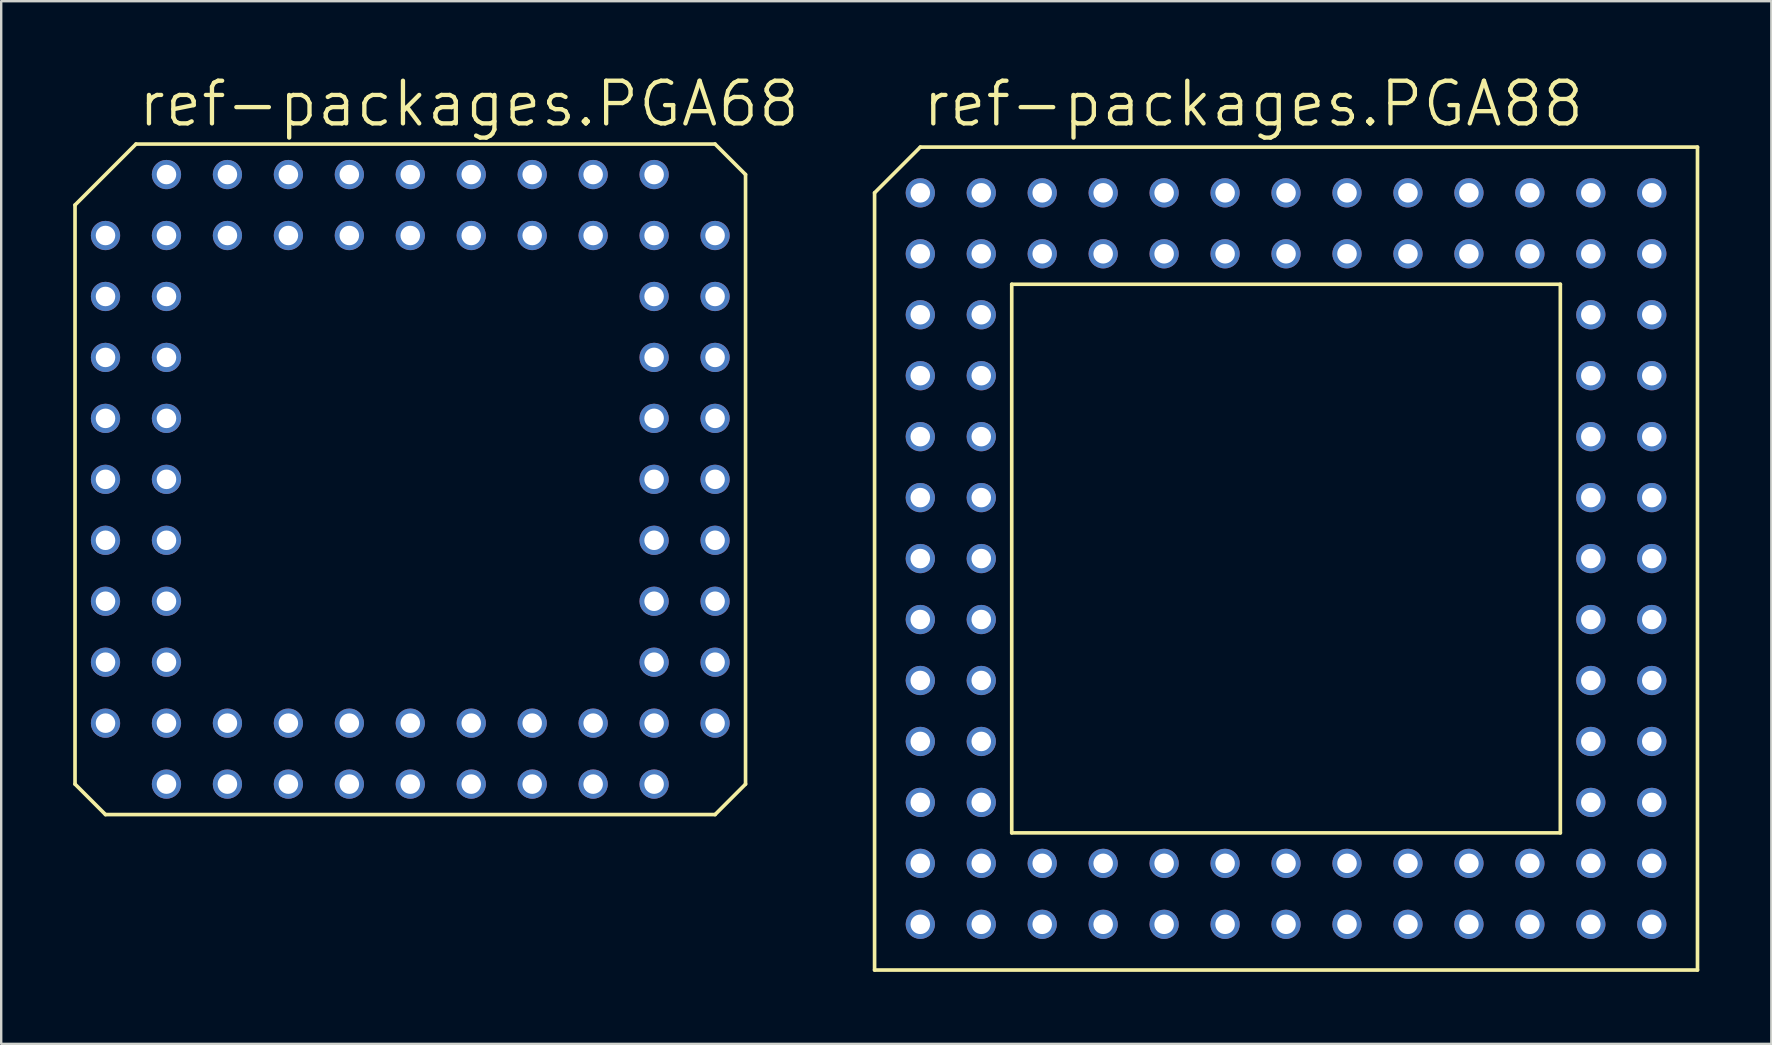
<source format=kicad_pcb>
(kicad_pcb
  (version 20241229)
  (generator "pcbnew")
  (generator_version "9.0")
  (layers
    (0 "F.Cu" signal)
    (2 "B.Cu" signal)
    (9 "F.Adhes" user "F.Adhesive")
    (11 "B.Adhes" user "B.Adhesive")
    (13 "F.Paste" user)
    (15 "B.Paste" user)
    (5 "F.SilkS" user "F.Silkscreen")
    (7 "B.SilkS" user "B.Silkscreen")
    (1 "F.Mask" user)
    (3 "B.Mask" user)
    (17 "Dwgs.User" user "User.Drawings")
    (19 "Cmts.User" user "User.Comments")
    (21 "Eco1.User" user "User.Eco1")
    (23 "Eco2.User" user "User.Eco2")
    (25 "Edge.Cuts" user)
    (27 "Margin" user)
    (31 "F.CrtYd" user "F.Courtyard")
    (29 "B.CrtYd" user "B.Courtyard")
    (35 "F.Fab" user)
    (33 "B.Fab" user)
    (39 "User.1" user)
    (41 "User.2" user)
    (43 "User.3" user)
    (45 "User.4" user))
  (footprint "ref-packages.PGA88"
    (layer "F.Cu")
    (at 50.538 20.225)
    (property "Reference" "ref-packages.PGA88" (at -15.24 -17.907 0) (layer "F.SilkS") (effects (font (size 1.778 1.778) (thickness 0.18)) (justify left bottom)))
    (attr through_hole)
    (fp_line (start -17.145 -15.24) (end -15.24 -17.145) (stroke (width 0.152) (type default)) (layer "F.SilkS"))
    (fp_line (start -17.145 17.145) (end -17.145 -15.24) (stroke (width 0.152) (type default)) (layer "F.SilkS"))
    (fp_line (start -15.24 -17.145) (end 17.145 -17.145) (stroke (width 0.152) (type default)) (layer "F.SilkS"))
    (fp_line (start -11.43 -11.43) (end 11.43 -11.43) (stroke (width 0.152) (type default)) (layer "F.SilkS"))
    (fp_line (start -11.43 11.43) (end -11.43 -11.43) (stroke (width 0.152) (type default)) (layer "F.SilkS"))
    (fp_line (start 11.43 -11.43) (end 11.43 11.43) (stroke (width 0.152) (type default)) (layer "F.SilkS"))
    (fp_line (start 11.43 11.43) (end -11.43 11.43) (stroke (width 0.152) (type default)) (layer "F.SilkS"))
    (fp_line (start 17.145 -17.145) (end 17.145 17.145) (stroke (width 0.152) (type default)) (layer "F.SilkS"))
    (fp_line (start 17.145 17.145) (end -17.145 17.145) (stroke (width 0.152) (type default)) (layer "F.SilkS"))
    (pad "A01" thru_hole circle (at -15.24 -15.24) (size 1.219 1.219) (drill 0.813) (layers "*.Cu" "*.Mask"))
    (pad "A02" thru_hole circle (at -12.7 -15.24) (size 1.219 1.219) (drill 0.813) (layers "*.Cu" "*.Mask"))
    (pad "A03" thru_hole circle (at -10.16 -15.24) (size 1.219 1.219) (drill 0.813) (layers "*.Cu" "*.Mask"))
    (pad "A04" thru_hole circle (at -7.62 -15.24) (size 1.219 1.219) (drill 0.813) (layers "*.Cu" "*.Mask"))
    (pad "A05" thru_hole circle (at -5.08 -15.24) (size 1.219 1.219) (drill 0.813) (layers "*.Cu" "*.Mask"))
    (pad "A06" thru_hole circle (at -2.54 -15.24) (size 1.219 1.219) (drill 0.813) (layers "*.Cu" "*.Mask"))
    (pad "A07" thru_hole circle (at 0 -15.24) (size 1.219 1.219) (drill 0.813) (layers "*.Cu" "*.Mask"))
    (pad "A08" thru_hole circle (at 2.54 -15.24) (size 1.219 1.219) (drill 0.813) (layers "*.Cu" "*.Mask"))
    (pad "A09" thru_hole circle (at 5.08 -15.24) (size 1.219 1.219) (drill 0.813) (layers "*.Cu" "*.Mask"))
    (pad "A10" thru_hole circle (at 7.62 -15.24) (size 1.219 1.219) (drill 0.813) (layers "*.Cu" "*.Mask"))
    (pad "A11" thru_hole circle (at 10.16 -15.24) (size 1.219 1.219) (drill 0.813) (layers "*.Cu" "*.Mask"))
    (pad "A12" thru_hole circle (at 12.7 -15.24) (size 1.219 1.219) (drill 0.813) (layers "*.Cu" "*.Mask"))
    (pad "A13" thru_hole circle (at 15.24 -15.24) (size 1.219 1.219) (drill 0.813) (layers "*.Cu" "*.Mask"))
    (pad "B01" thru_hole circle (at -15.24 -12.7) (size 1.219 1.219) (drill 0.813) (layers "*.Cu" "*.Mask"))
    (pad "B02" thru_hole circle (at -12.7 -12.7) (size 1.219 1.219) (drill 0.813) (layers "*.Cu" "*.Mask"))
    (pad "B03" thru_hole circle (at -10.16 -12.7) (size 1.219 1.219) (drill 0.813) (layers "*.Cu" "*.Mask"))
    (pad "B04" thru_hole circle (at -7.62 -12.7) (size 1.219 1.219) (drill 0.813) (layers "*.Cu" "*.Mask"))
    (pad "B05" thru_hole circle (at -5.08 -12.7) (size 1.219 1.219) (drill 0.813) (layers "*.Cu" "*.Mask"))
    (pad "B06" thru_hole circle (at -2.54 -12.7) (size 1.219 1.219) (drill 0.813) (layers "*.Cu" "*.Mask"))
    (pad "B07" thru_hole circle (at 0 -12.7) (size 1.219 1.219) (drill 0.813) (layers "*.Cu" "*.Mask"))
    (pad "B08" thru_hole circle (at 2.54 -12.7) (size 1.219 1.219) (drill 0.813) (layers "*.Cu" "*.Mask"))
    (pad "B09" thru_hole circle (at 5.08 -12.7) (size 1.219 1.219) (drill 0.813) (layers "*.Cu" "*.Mask"))
    (pad "B10" thru_hole circle (at 7.62 -12.7) (size 1.219 1.219) (drill 0.813) (layers "*.Cu" "*.Mask"))
    (pad "B11" thru_hole circle (at 10.16 -12.7) (size 1.219 1.219) (drill 0.813) (layers "*.Cu" "*.Mask"))
    (pad "B12" thru_hole circle (at 12.7 -12.7) (size 1.219 1.219) (drill 0.813) (layers "*.Cu" "*.Mask"))
    (pad "B13" thru_hole circle (at 15.24 -12.7) (size 1.219 1.219) (drill 0.813) (layers "*.Cu" "*.Mask"))
    (pad "C01" thru_hole circle (at -15.24 -10.16) (size 1.219 1.219) (drill 0.813) (layers "*.Cu" "*.Mask"))
    (pad "C02" thru_hole circle (at -12.7 -10.16) (size 1.219 1.219) (drill 0.813) (layers "*.Cu" "*.Mask"))
    (pad "C12" thru_hole circle (at 12.7 -10.16) (size 1.219 1.219) (drill 0.813) (layers "*.Cu" "*.Mask"))
    (pad "C13" thru_hole circle (at 15.24 -10.16) (size 1.219 1.219) (drill 0.813) (layers "*.Cu" "*.Mask"))
    (pad "D01" thru_hole circle (at -15.24 -7.62) (size 1.219 1.219) (drill 0.813) (layers "*.Cu" "*.Mask"))
    (pad "D02" thru_hole circle (at -12.7 -7.62) (size 1.219 1.219) (drill 0.813) (layers "*.Cu" "*.Mask"))
    (pad "D12" thru_hole circle (at 12.7 -7.62) (size 1.219 1.219) (drill 0.813) (layers "*.Cu" "*.Mask"))
    (pad "D13" thru_hole circle (at 15.24 -7.62) (size 1.219 1.219) (drill 0.813) (layers "*.Cu" "*.Mask"))
    (pad "E01" thru_hole circle (at -15.24 -5.08) (size 1.219 1.219) (drill 0.813) (layers "*.Cu" "*.Mask"))
    (pad "E02" thru_hole circle (at -12.7 -5.08) (size 1.219 1.219) (drill 0.813) (layers "*.Cu" "*.Mask"))
    (pad "E12" thru_hole circle (at 12.7 -5.08) (size 1.219 1.219) (drill 0.813) (layers "*.Cu" "*.Mask"))
    (pad "E13" thru_hole circle (at 15.24 -5.08) (size 1.219 1.219) (drill 0.813) (layers "*.Cu" "*.Mask"))
    (pad "F01" thru_hole circle (at -15.24 -2.54) (size 1.219 1.219) (drill 0.813) (layers "*.Cu" "*.Mask"))
    (pad "F02" thru_hole circle (at -12.7 -2.54) (size 1.219 1.219) (drill 0.813) (layers "*.Cu" "*.Mask"))
    (pad "F12" thru_hole circle (at 12.7 -2.54) (size 1.219 1.219) (drill 0.813) (layers "*.Cu" "*.Mask"))
    (pad "F13" thru_hole circle (at 15.24 -2.54) (size 1.219 1.219) (drill 0.813) (layers "*.Cu" "*.Mask"))
    (pad "G01" thru_hole circle (at -15.24 0) (size 1.219 1.219) (drill 0.813) (layers "*.Cu" "*.Mask"))
    (pad "G02" thru_hole circle (at -12.7 0) (size 1.219 1.219) (drill 0.813) (layers "*.Cu" "*.Mask"))
    (pad "G12" thru_hole circle (at 12.7 0) (size 1.219 1.219) (drill 0.813) (layers "*.Cu" "*.Mask"))
    (pad "G13" thru_hole circle (at 15.24 0) (size 1.219 1.219) (drill 0.813) (layers "*.Cu" "*.Mask"))
    (pad "H01" thru_hole circle (at -15.24 2.54) (size 1.219 1.219) (drill 0.813) (layers "*.Cu" "*.Mask"))
    (pad "H02" thru_hole circle (at -12.7 2.54) (size 1.219 1.219) (drill 0.813) (layers "*.Cu" "*.Mask"))
    (pad "H12" thru_hole circle (at 12.7 2.54) (size 1.219 1.219) (drill 0.813) (layers "*.Cu" "*.Mask"))
    (pad "H13" thru_hole circle (at 15.24 2.54) (size 1.219 1.219) (drill 0.813) (layers "*.Cu" "*.Mask"))
    (pad "J01" thru_hole circle (at -15.24 5.08) (size 1.219 1.219) (drill 0.813) (layers "*.Cu" "*.Mask"))
    (pad "J02" thru_hole circle (at -12.7 5.08) (size 1.219 1.219) (drill 0.813) (layers "*.Cu" "*.Mask"))
    (pad "J12" thru_hole circle (at 12.7 5.08) (size 1.219 1.219) (drill 0.813) (layers "*.Cu" "*.Mask"))
    (pad "J13" thru_hole circle (at 15.24 5.08) (size 1.219 1.219) (drill 0.813) (layers "*.Cu" "*.Mask"))
    (pad "K01" thru_hole circle (at -15.24 7.62) (size 1.219 1.219) (drill 0.813) (layers "*.Cu" "*.Mask"))
    (pad "K02" thru_hole circle (at -12.7 7.62) (size 1.219 1.219) (drill 0.813) (layers "*.Cu" "*.Mask"))
    (pad "K12" thru_hole circle (at 12.7 7.62) (size 1.219 1.219) (drill 0.813) (layers "*.Cu" "*.Mask"))
    (pad "K13" thru_hole circle (at 15.24 7.62) (size 1.219 1.219) (drill 0.813) (layers "*.Cu" "*.Mask"))
    (pad "L01" thru_hole circle (at -15.24 10.16) (size 1.219 1.219) (drill 0.813) (layers "*.Cu" "*.Mask"))
    (pad "L02" thru_hole circle (at -12.7 10.16) (size 1.219 1.219) (drill 0.813) (layers "*.Cu" "*.Mask"))
    (pad "L12" thru_hole circle (at 12.7 10.16) (size 1.219 1.219) (drill 0.813) (layers "*.Cu" "*.Mask"))
    (pad "L13" thru_hole circle (at 15.24 10.16) (size 1.219 1.219) (drill 0.813) (layers "*.Cu" "*.Mask"))
    (pad "M01" thru_hole circle (at -15.24 12.7) (size 1.219 1.219) (drill 0.813) (layers "*.Cu" "*.Mask"))
    (pad "M02" thru_hole circle (at -12.7 12.7) (size 1.219 1.219) (drill 0.813) (layers "*.Cu" "*.Mask"))
    (pad "M03" thru_hole circle (at -10.16 12.7) (size 1.219 1.219) (drill 0.813) (layers "*.Cu" "*.Mask"))
    (pad "M04" thru_hole circle (at -7.62 12.7) (size 1.219 1.219) (drill 0.813) (layers "*.Cu" "*.Mask"))
    (pad "M05" thru_hole circle (at -5.08 12.7) (size 1.219 1.219) (drill 0.813) (layers "*.Cu" "*.Mask"))
    (pad "M06" thru_hole circle (at -2.54 12.7) (size 1.219 1.219) (drill 0.813) (layers "*.Cu" "*.Mask"))
    (pad "M07" thru_hole circle (at 0 12.7) (size 1.219 1.219) (drill 0.813) (layers "*.Cu" "*.Mask"))
    (pad "M08" thru_hole circle (at 2.54 12.7) (size 1.219 1.219) (drill 0.813) (layers "*.Cu" "*.Mask"))
    (pad "M09" thru_hole circle (at 5.08 12.7) (size 1.219 1.219) (drill 0.813) (layers "*.Cu" "*.Mask"))
    (pad "M10" thru_hole circle (at 7.62 12.7) (size 1.219 1.219) (drill 0.813) (layers "*.Cu" "*.Mask"))
    (pad "M11" thru_hole circle (at 10.16 12.7) (size 1.219 1.219) (drill 0.813) (layers "*.Cu" "*.Mask"))
    (pad "M12" thru_hole circle (at 12.7 12.7) (size 1.219 1.219) (drill 0.813) (layers "*.Cu" "*.Mask"))
    (pad "M13" thru_hole circle (at 15.24 12.7) (size 1.219 1.219) (drill 0.813) (layers "*.Cu" "*.Mask"))
    (pad "N01" thru_hole circle (at -15.24 15.24) (size 1.219 1.219) (drill 0.813) (layers "*.Cu" "*.Mask"))
    (pad "N02" thru_hole circle (at -12.7 15.24) (size 1.219 1.219) (drill 0.813) (layers "*.Cu" "*.Mask"))
    (pad "N03" thru_hole circle (at -10.16 15.24) (size 1.219 1.219) (drill 0.813) (layers "*.Cu" "*.Mask"))
    (pad "N04" thru_hole circle (at -7.62 15.24) (size 1.219 1.219) (drill 0.813) (layers "*.Cu" "*.Mask"))
    (pad "N05" thru_hole circle (at -5.08 15.24) (size 1.219 1.219) (drill 0.813) (layers "*.Cu" "*.Mask"))
    (pad "N06" thru_hole circle (at -2.54 15.24) (size 1.219 1.219) (drill 0.813) (layers "*.Cu" "*.Mask"))
    (pad "N07" thru_hole circle (at 0 15.24) (size 1.219 1.219) (drill 0.813) (layers "*.Cu" "*.Mask"))
    (pad "N08" thru_hole circle (at 2.54 15.24) (size 1.219 1.219) (drill 0.813) (layers "*.Cu" "*.Mask"))
    (pad "N09" thru_hole circle (at 5.08 15.24) (size 1.219 1.219) (drill 0.813) (layers "*.Cu" "*.Mask"))
    (pad "N10" thru_hole circle (at 7.62 15.24) (size 1.219 1.219) (drill 0.813) (layers "*.Cu" "*.Mask"))
    (pad "N11" thru_hole circle (at 10.16 15.24) (size 1.219 1.219) (drill 0.813) (layers "*.Cu" "*.Mask"))
    (pad "N12" thru_hole circle (at 12.7 15.24) (size 1.219 1.219) (drill 0.813) (layers "*.Cu" "*.Mask"))
    (pad "N13" thru_hole circle (at 15.24 15.24) (size 1.219 1.219) (drill 0.813) (layers "*.Cu" "*.Mask")))
  (footprint "ref-packages.PGA68"
    (layer "F.Cu")
    (at 14.046 16.923)
    (property "Reference" "ref-packages.PGA68" (at -11.43 -14.605 0) (layer "F.SilkS") (effects (font (size 1.778 1.778) (thickness 0.18)) (justify left bottom)))
    (attr through_hole)
    (fp_line (start -13.97 -11.43) (end -11.43 -13.97) (stroke (width 0.152) (type default)) (layer "F.SilkS"))
    (fp_line (start -13.97 12.7) (end -13.97 -11.43) (stroke (width 0.152) (type default)) (layer "F.SilkS"))
    (fp_line (start -12.7 13.97) (end -13.97 12.7) (stroke (width 0.152) (type default)) (layer "F.SilkS"))
    (fp_line (start -11.43 -13.97) (end 12.7 -13.97) (stroke (width 0.152) (type default)) (layer "F.SilkS"))
    (fp_line (start 12.7 -13.97) (end 13.97 -12.7) (stroke (width 0.152) (type default)) (layer "F.SilkS"))
    (fp_line (start 12.7 13.97) (end -12.7 13.97) (stroke (width 0.152) (type default)) (layer "F.SilkS"))
    (fp_line (start 13.97 -12.7) (end 13.97 12.7) (stroke (width 0.152) (type default)) (layer "F.SilkS"))
    (fp_line (start 13.97 12.7) (end 12.7 13.97) (stroke (width 0.152) (type default)) (layer "F.SilkS"))
    (pad "1" thru_hole circle (at -12.7 -10.16) (size 1.219 1.219) (drill 0.813) (layers "*.Cu" "*.Mask"))
    (pad "2" thru_hole circle (at -10.16 -10.16) (size 1.219 1.219) (drill 0.813) (layers "*.Cu" "*.Mask"))
    (pad "3" thru_hole circle (at -12.7 -7.62) (size 1.219 1.219) (drill 0.813) (layers "*.Cu" "*.Mask"))
    (pad "4" thru_hole circle (at -10.16 -7.62) (size 1.219 1.219) (drill 0.813) (layers "*.Cu" "*.Mask"))
    (pad "5" thru_hole circle (at -12.7 -5.08) (size 1.219 1.219) (drill 0.813) (layers "*.Cu" "*.Mask"))
    (pad "6" thru_hole circle (at -10.16 -5.08) (size 1.219 1.219) (drill 0.813) (layers "*.Cu" "*.Mask"))
    (pad "7" thru_hole circle (at -12.7 -2.54) (size 1.219 1.219) (drill 0.813) (layers "*.Cu" "*.Mask"))
    (pad "8" thru_hole circle (at -10.16 -2.54) (size 1.219 1.219) (drill 0.813) (layers "*.Cu" "*.Mask"))
    (pad "9" thru_hole circle (at -12.7 0) (size 1.219 1.219) (drill 0.813) (layers "*.Cu" "*.Mask"))
    (pad "10" thru_hole circle (at -10.16 0) (size 1.219 1.219) (drill 0.813) (layers "*.Cu" "*.Mask"))
    (pad "11" thru_hole circle (at -12.7 2.54) (size 1.219 1.219) (drill 0.813) (layers "*.Cu" "*.Mask"))
    (pad "12" thru_hole circle (at -10.16 2.54) (size 1.219 1.219) (drill 0.813) (layers "*.Cu" "*.Mask"))
    (pad "13" thru_hole circle (at -12.7 5.08) (size 1.219 1.219) (drill 0.813) (layers "*.Cu" "*.Mask"))
    (pad "14" thru_hole circle (at -10.16 5.08) (size 1.219 1.219) (drill 0.813) (layers "*.Cu" "*.Mask"))
    (pad "15" thru_hole circle (at -12.7 7.62) (size 1.219 1.219) (drill 0.813) (layers "*.Cu" "*.Mask"))
    (pad "16" thru_hole circle (at -10.16 7.62) (size 1.219 1.219) (drill 0.813) (layers "*.Cu" "*.Mask"))
    (pad "17" thru_hole circle (at -12.7 10.16) (size 1.219 1.219) (drill 0.813) (layers "*.Cu" "*.Mask"))
    (pad "18" thru_hole circle (at -10.16 12.7) (size 1.219 1.219) (drill 0.813) (layers "*.Cu" "*.Mask"))
    (pad "19" thru_hole circle (at -10.16 10.16) (size 1.219 1.219) (drill 0.813) (layers "*.Cu" "*.Mask"))
    (pad "20" thru_hole circle (at -7.62 12.7) (size 1.219 1.219) (drill 0.813) (layers "*.Cu" "*.Mask"))
    (pad "21" thru_hole circle (at -7.62 10.16) (size 1.219 1.219) (drill 0.813) (layers "*.Cu" "*.Mask"))
    (pad "22" thru_hole circle (at -5.08 12.7) (size 1.219 1.219) (drill 0.813) (layers "*.Cu" "*.Mask"))
    (pad "23" thru_hole circle (at -5.08 10.16) (size 1.219 1.219) (drill 0.813) (layers "*.Cu" "*.Mask"))
    (pad "24" thru_hole circle (at -2.54 12.7) (size 1.219 1.219) (drill 0.813) (layers "*.Cu" "*.Mask"))
    (pad "25" thru_hole circle (at -2.54 10.16) (size 1.219 1.219) (drill 0.813) (layers "*.Cu" "*.Mask"))
    (pad "26" thru_hole circle (at 0 12.7) (size 1.219 1.219) (drill 0.813) (layers "*.Cu" "*.Mask"))
    (pad "27" thru_hole circle (at 0 10.16) (size 1.219 1.219) (drill 0.813) (layers "*.Cu" "*.Mask"))
    (pad "28" thru_hole circle (at 2.54 12.7) (size 1.219 1.219) (drill 0.813) (layers "*.Cu" "*.Mask"))
    (pad "29" thru_hole circle (at 2.54 10.16) (size 1.219 1.219) (drill 0.813) (layers "*.Cu" "*.Mask"))
    (pad "30" thru_hole circle (at 5.08 12.7) (size 1.219 1.219) (drill 0.813) (layers "*.Cu" "*.Mask"))
    (pad "31" thru_hole circle (at 5.08 10.16) (size 1.219 1.219) (drill 0.813) (layers "*.Cu" "*.Mask"))
    (pad "32" thru_hole circle (at 7.62 12.7) (size 1.219 1.219) (drill 0.813) (layers "*.Cu" "*.Mask"))
    (pad "33" thru_hole circle (at 7.62 10.16) (size 1.219 1.219) (drill 0.813) (layers "*.Cu" "*.Mask"))
    (pad "34" thru_hole circle (at 10.16 12.7) (size 1.219 1.219) (drill 0.813) (layers "*.Cu" "*.Mask"))
    (pad "35" thru_hole circle (at 12.7 10.16) (size 1.219 1.219) (drill 0.813) (layers "*.Cu" "*.Mask"))
    (pad "36" thru_hole circle (at 10.16 10.16) (size 1.219 1.219) (drill 0.813) (layers "*.Cu" "*.Mask"))
    (pad "37" thru_hole circle (at 12.7 7.62) (size 1.219 1.219) (drill 0.813) (layers "*.Cu" "*.Mask"))
    (pad "38" thru_hole circle (at 10.16 7.62) (size 1.219 1.219) (drill 0.813) (layers "*.Cu" "*.Mask"))
    (pad "39" thru_hole circle (at 12.7 5.08) (size 1.219 1.219) (drill 0.813) (layers "*.Cu" "*.Mask"))
    (pad "40" thru_hole circle (at 10.16 5.08) (size 1.219 1.219) (drill 0.813) (layers "*.Cu" "*.Mask"))
    (pad "41" thru_hole circle (at 12.7 2.54) (size 1.219 1.219) (drill 0.813) (layers "*.Cu" "*.Mask"))
    (pad "42" thru_hole circle (at 10.16 2.54) (size 1.219 1.219) (drill 0.813) (layers "*.Cu" "*.Mask"))
    (pad "43" thru_hole circle (at 12.7 0) (size 1.219 1.219) (drill 0.813) (layers "*.Cu" "*.Mask"))
    (pad "44" thru_hole circle (at 10.16 0) (size 1.219 1.219) (drill 0.813) (layers "*.Cu" "*.Mask"))
    (pad "45" thru_hole circle (at 12.7 -2.54) (size 1.219 1.219) (drill 0.813) (layers "*.Cu" "*.Mask"))
    (pad "46" thru_hole circle (at 10.16 -2.54) (size 1.219 1.219) (drill 0.813) (layers "*.Cu" "*.Mask"))
    (pad "47" thru_hole circle (at 12.7 -5.08) (size 1.219 1.219) (drill 0.813) (layers "*.Cu" "*.Mask"))
    (pad "48" thru_hole circle (at 10.16 -5.08) (size 1.219 1.219) (drill 0.813) (layers "*.Cu" "*.Mask"))
    (pad "49" thru_hole circle (at 12.7 -7.62) (size 1.219 1.219) (drill 0.813) (layers "*.Cu" "*.Mask"))
    (pad "50" thru_hole circle (at 10.16 -7.62) (size 1.219 1.219) (drill 0.813) (layers "*.Cu" "*.Mask"))
    (pad "51" thru_hole circle (at 12.7 -10.16) (size 1.219 1.219) (drill 0.813) (layers "*.Cu" "*.Mask"))
    (pad "52" thru_hole circle (at 10.16 -12.7) (size 1.219 1.219) (drill 0.813) (layers "*.Cu" "*.Mask"))
    (pad "53" thru_hole circle (at 10.16 -10.16) (size 1.219 1.219) (drill 0.813) (layers "*.Cu" "*.Mask"))
    (pad "54" thru_hole circle (at 7.62 -12.7) (size 1.219 1.219) (drill 0.813) (layers "*.Cu" "*.Mask"))
    (pad "55" thru_hole circle (at 7.62 -10.16) (size 1.219 1.219) (drill 0.813) (layers "*.Cu" "*.Mask"))
    (pad "56" thru_hole circle (at 5.08 -12.7) (size 1.219 1.219) (drill 0.813) (layers "*.Cu" "*.Mask"))
    (pad "57" thru_hole circle (at 5.08 -10.16) (size 1.219 1.219) (drill 0.813) (layers "*.Cu" "*.Mask"))
    (pad "58" thru_hole circle (at 2.54 -12.7) (size 1.219 1.219) (drill 0.813) (layers "*.Cu" "*.Mask"))
    (pad "59" thru_hole circle (at 2.54 -10.16) (size 1.219 1.219) (drill 0.813) (layers "*.Cu" "*.Mask"))
    (pad "60" thru_hole circle (at 0 -12.7) (size 1.219 1.219) (drill 0.813) (layers "*.Cu" "*.Mask"))
    (pad "61" thru_hole circle (at 0 -10.16) (size 1.219 1.219) (drill 0.813) (layers "*.Cu" "*.Mask"))
    (pad "62" thru_hole circle (at -2.54 -12.7) (size 1.219 1.219) (drill 0.813) (layers "*.Cu" "*.Mask"))
    (pad "63" thru_hole circle (at -2.54 -10.16) (size 1.219 1.219) (drill 0.813) (layers "*.Cu" "*.Mask"))
    (pad "64" thru_hole circle (at -5.08 -12.7) (size 1.219 1.219) (drill 0.813) (layers "*.Cu" "*.Mask"))
    (pad "65" thru_hole circle (at -5.08 -10.16) (size 1.219 1.219) (drill 0.813) (layers "*.Cu" "*.Mask"))
    (pad "66" thru_hole circle (at -7.62 -12.7) (size 1.219 1.219) (drill 0.813) (layers "*.Cu" "*.Mask"))
    (pad "67" thru_hole circle (at -7.62 -10.16) (size 1.219 1.219) (drill 0.813) (layers "*.Cu" "*.Mask"))
    (pad "68" thru_hole circle (at -10.16 -12.7) (size 1.219 1.219) (drill 0.813) (layers "*.Cu" "*.Mask")))
  (gr_rect
    (start -3 -3)
    (end 70.76 40.446)
    (stroke (width 0.1) (type default))
    (fill no)
    (layer "Edge.Cuts")))
</source>
